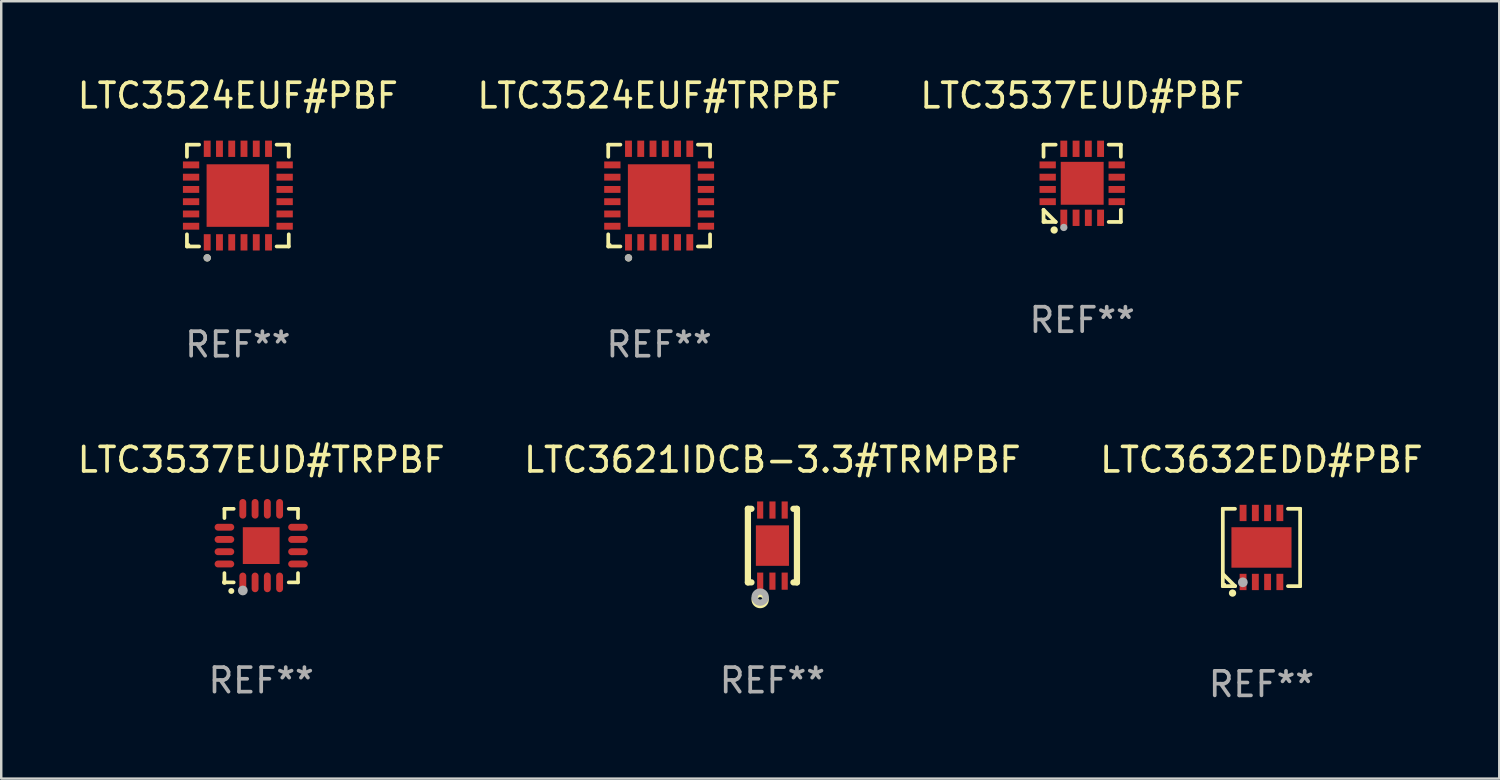
<source format=kicad_pcb>
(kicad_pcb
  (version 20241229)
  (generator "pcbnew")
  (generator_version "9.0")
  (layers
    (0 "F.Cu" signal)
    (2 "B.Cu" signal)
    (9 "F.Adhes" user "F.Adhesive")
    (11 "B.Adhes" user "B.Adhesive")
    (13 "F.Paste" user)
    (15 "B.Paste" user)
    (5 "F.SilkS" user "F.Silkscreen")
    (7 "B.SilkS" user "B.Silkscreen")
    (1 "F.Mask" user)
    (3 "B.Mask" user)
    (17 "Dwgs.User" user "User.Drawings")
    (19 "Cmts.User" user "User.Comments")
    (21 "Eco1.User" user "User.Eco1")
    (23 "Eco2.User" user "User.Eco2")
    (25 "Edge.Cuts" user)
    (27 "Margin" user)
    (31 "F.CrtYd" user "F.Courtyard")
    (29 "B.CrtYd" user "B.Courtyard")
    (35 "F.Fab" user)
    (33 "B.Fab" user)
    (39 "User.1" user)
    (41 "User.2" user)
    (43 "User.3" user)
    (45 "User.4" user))
  (footprint "LTC3632EDD#PBF"
    (layer "F.Cu")
    (at 48.387 19.273)
    (property "Reference" "LTC3632EDD#PBF" (at 0 -3.576 0) (layer "F.SilkS") (effects (font (size 1 1) (thickness 0.15))))
    (attr through_hole)
    (fp_line (start -1.576 -1.576) (end -1.576 -1.576) (stroke (width 0.152) (type solid)) (layer "F.SilkS"))
    (fp_line (start -1.576 -1.576) (end -1.08 -1.576) (stroke (width 0.152) (type solid)) (layer "F.SilkS"))
    (fp_line (start -1.576 1.576) (end -1.576 -1.576) (stroke (width 0.152) (type solid)) (layer "F.SilkS"))
    (fp_line (start -1.576 1.576) (end -1.576 1.576) (stroke (width 0.152) (type solid)) (layer "F.SilkS"))
    (fp_line (start -1.08 1.575) (end -1.576 1.079) (stroke (width 0.152) (type solid)) (layer "F.SilkS"))
    (fp_line (start -1.08 1.576) (end -1.576 1.576) (stroke (width 0.152) (type solid)) (layer "F.SilkS"))
    (fp_line (start -1.08 1.576) (end -1.08 1.575) (stroke (width 0.152) (type solid)) (layer "F.SilkS"))
    (fp_line (start 1.08 1.576) (end 1.576 1.576) (stroke (width 0.152) (type solid)) (layer "F.SilkS"))
    (fp_line (start 1.576 -1.576) (end 1.08 -1.576) (stroke (width 0.152) (type solid)) (layer "F.SilkS"))
    (fp_line (start 1.576 -1.576) (end 1.576 -1.576) (stroke (width 0.152) (type solid)) (layer "F.SilkS"))
    (fp_line (start 1.576 1.576) (end 1.576 -1.576) (stroke (width 0.152) (type solid)) (layer "F.SilkS"))
    (fp_line (start 1.576 1.576) (end 1.576 1.576) (stroke (width 0.152) (type solid)) (layer "F.SilkS"))
    (fp_circle (center -1.5 1.5) (end -1.47 1.5) (stroke (width 0.06) (type solid)) (fill no) (layer "F.SilkS"))
    (fp_circle (center -1.18 1.86) (end -1.105 1.86) (stroke (width 0.15) (type solid)) (fill no) (layer "F.SilkS"))
    (fp_circle (center -0.76 1.42) (end -0.66 1.42) (stroke (width 0.2) (type solid)) (fill no) (layer "F.Fab"))
    (fp_text user "REF**" (at 0 5.576 0) (layer "F.Fab") (effects (font (size 1 1) (thickness 0.15))))
    (pad "1" smd rect (at -0.75 1.407) (size 0.28 0.665) (layers "F.Cu" "F.Mask" "F.Paste"))
    (pad "2" smd rect (at -0.25 1.407) (size 0.28 0.665) (layers "F.Cu" "F.Mask" "F.Paste"))
    (pad "3" smd rect (at 0.25 1.407) (size 0.28 0.665) (layers "F.Cu" "F.Mask" "F.Paste"))
    (pad "4" smd rect (at 0.75 1.407) (size 0.28 0.665) (layers "F.Cu" "F.Mask" "F.Paste"))
    (pad "5" smd rect (at 0.75 -1.407) (size 0.28 0.665) (layers "F.Cu" "F.Mask" "F.Paste"))
    (pad "6" smd rect (at 0.25 -1.407) (size 0.28 0.665) (layers "F.Cu" "F.Mask" "F.Paste"))
    (pad "7" smd rect (at -0.25 -1.407) (size 0.28 0.665) (layers "F.Cu" "F.Mask" "F.Paste"))
    (pad "8" smd rect (at -0.75 -1.407) (size 0.28 0.665) (layers "F.Cu" "F.Mask" "F.Paste"))
    (pad "9" smd rect (at 0 0) (size 2.45 1.65) (layers "F.Cu" "F.Mask" "F.Paste")))
  (footprint "LTC3524EUF#PBF"
    (layer "F.Cu")
    (at 6.649 4.924)
    (property "Reference" "LTC3524EUF#PBF" (at 0 -4.076 0) (layer "F.SilkS") (effects (font (size 1 1) (thickness 0.15))))
    (attr through_hole)
    (fp_line (start -2.076 -2.076) (end -1.58 -2.076) (stroke (width 0.152) (type solid)) (layer "F.SilkS"))
    (fp_line (start -2.076 -1.58) (end -2.076 -2.076) (stroke (width 0.152) (type solid)) (layer "F.SilkS"))
    (fp_line (start -2.076 1.58) (end -2.076 2.076) (stroke (width 0.152) (type solid)) (layer "F.SilkS"))
    (fp_line (start -2.076 2.076) (end -1.58 2.076) (stroke (width 0.152) (type solid)) (layer "F.SilkS"))
    (fp_line (start 2.076 -2.076) (end 1.58 -2.076) (stroke (width 0.152) (type solid)) (layer "F.SilkS"))
    (fp_line (start 2.076 -1.58) (end 2.076 -2.076) (stroke (width 0.152) (type solid)) (layer "F.SilkS"))
    (fp_line (start 2.076 1.58) (end 2.076 2.076) (stroke (width 0.152) (type solid)) (layer "F.SilkS"))
    (fp_line (start 2.076 2.076) (end 1.58 2.076) (stroke (width 0.152) (type solid)) (layer "F.SilkS"))
    (fp_circle (center -2 2) (end -1.97 2) (stroke (width 0.06) (type solid)) (fill no) (layer "F.SilkS"))
    (fp_circle (center -1.25 2.54) (end -1.175 2.54) (stroke (width 0.15) (type solid)) (fill no) (layer "F.SilkS"))
    (fp_circle (center -1.25 2.54) (end -1.175 2.54) (stroke (width 0.15) (type solid)) (fill no) (layer "F.Fab"))
    (fp_text user "REF**" (at 0 6.076 0) (layer "F.Fab") (effects (font (size 1 1) (thickness 0.15))))
    (pad "1" smd rect (at -1.25 1.908) (size 0.28 0.665) (layers "F.Cu" "F.Mask" "F.Paste"))
    (pad "2" smd rect (at -0.75 1.908) (size 0.28 0.665) (layers "F.Cu" "F.Mask" "F.Paste"))
    (pad "3" smd rect (at -0.25 1.908) (size 0.28 0.665) (layers "F.Cu" "F.Mask" "F.Paste"))
    (pad "4" smd rect (at 0.25 1.908) (size 0.28 0.665) (layers "F.Cu" "F.Mask" "F.Paste"))
    (pad "5" smd rect (at 0.75 1.908) (size 0.28 0.665) (layers "F.Cu" "F.Mask" "F.Paste"))
    (pad "6" smd rect (at 1.25 1.908) (size 0.28 0.665) (layers "F.Cu" "F.Mask" "F.Paste"))
    (pad "7" smd rect (at 1.908 1.25) (size 0.665 0.28) (layers "F.Cu" "F.Mask" "F.Paste"))
    (pad "8" smd rect (at 1.908 0.75) (size 0.665 0.28) (layers "F.Cu" "F.Mask" "F.Paste"))
    (pad "9" smd rect (at 1.908 0.25) (size 0.665 0.28) (layers "F.Cu" "F.Mask" "F.Paste"))
    (pad "10" smd rect (at 1.908 -0.25) (size 0.665 0.28) (layers "F.Cu" "F.Mask" "F.Paste"))
    (pad "11" smd rect (at 1.908 -0.75) (size 0.665 0.28) (layers "F.Cu" "F.Mask" "F.Paste"))
    (pad "12" smd rect (at 1.908 -1.25) (size 0.665 0.28) (layers "F.Cu" "F.Mask" "F.Paste"))
    (pad "13" smd rect (at 1.25 -1.908) (size 0.28 0.665) (layers "F.Cu" "F.Mask" "F.Paste"))
    (pad "14" smd rect (at 0.75 -1.908) (size 0.28 0.665) (layers "F.Cu" "F.Mask" "F.Paste"))
    (pad "15" smd rect (at 0.25 -1.908) (size 0.28 0.665) (layers "F.Cu" "F.Mask" "F.Paste"))
    (pad "16" smd rect (at -0.25 -1.908) (size 0.28 0.665) (layers "F.Cu" "F.Mask" "F.Paste"))
    (pad "17" smd rect (at -0.75 -1.908) (size 0.28 0.665) (layers "F.Cu" "F.Mask" "F.Paste"))
    (pad "18" smd rect (at -1.25 -1.908) (size 0.28 0.665) (layers "F.Cu" "F.Mask" "F.Paste"))
    (pad "19" smd rect (at -1.908 -1.25) (size 0.665 0.28) (layers "F.Cu" "F.Mask" "F.Paste"))
    (pad "20" smd rect (at -1.908 -0.75) (size 0.665 0.28) (layers "F.Cu" "F.Mask" "F.Paste"))
    (pad "21" smd rect (at -1.908 -0.25) (size 0.665 0.28) (layers "F.Cu" "F.Mask" "F.Paste"))
    (pad "22" smd rect (at -1.908 0.25) (size 0.665 0.28) (layers "F.Cu" "F.Mask" "F.Paste"))
    (pad "23" smd rect (at -1.908 0.75) (size 0.665 0.28) (layers "F.Cu" "F.Mask" "F.Paste"))
    (pad "24" smd rect (at -1.908 1.25) (size 0.665 0.28) (layers "F.Cu" "F.Mask" "F.Paste"))
    (pad "25" smd rect (at 0 0) (size 2.55 2.55) (layers "F.Cu" "F.Mask" "F.Paste")))
  (footprint "LTC3621IDCB-3.3#TRMPBF"
    (layer "F.Cu")
    (at 28.446 19.197)
    (property "Reference" "LTC3621IDCB-3.3#TRMPBF" (at 0 -3.5 0) (layer "F.SilkS") (effects (font (size 1 1) (thickness 0.15))))
    (attr through_hole)
    (fp_line (start -1 1.5) (end -1 -1.5) (stroke (width 0.254) (type solid)) (layer "F.SilkS"))
    (fp_line (start -0.856 -1.5) (end -1 -1.5) (stroke (width 0.254) (type solid)) (layer "F.SilkS"))
    (fp_line (start -0.855 1.5) (end -1 1.5) (stroke (width 0.254) (type solid)) (layer "F.SilkS"))
    (fp_line (start 1 -1.5) (end 0.856 -1.5) (stroke (width 0.254) (type solid)) (layer "F.SilkS"))
    (fp_line (start 1 1.5) (end 0.856 1.5) (stroke (width 0.254) (type solid)) (layer "F.SilkS"))
    (fp_line (start 1 1.5) (end 1 -1.5) (stroke (width 0.254) (type solid)) (layer "F.SilkS"))
    (fp_circle (center -1 1.5) (end -0.97 1.5) (stroke (width 0.06) (type solid)) (fill no) (layer "F.SilkS"))
    (fp_circle (center -0.5 2.2) (end -0.4 2.2) (stroke (width 0.254) (type solid)) (fill no) (layer "F.SilkS"))
    (fp_circle (center -0.5 2.1) (end -0.4 2.1) (stroke (width 0.254) (type solid)) (fill no) (layer "F.Fab"))
    (fp_text user "REF**" (at 0 5.5 0) (layer "F.Fab") (effects (font (size 1 1) (thickness 0.15))))
    (pad "1" smd rect (at -0.499 1.45 180) (size 0.25 0.7) (layers "F.Cu" "F.Mask" "F.Paste"))
    (pad "2" smd rect (at 0.000025 1.45 180) (size 0.25 0.7) (layers "F.Cu" "F.Mask" "F.Paste"))
    (pad "3" smd rect (at 0.5 1.45 180) (size 0.25 0.7) (layers "F.Cu" "F.Mask" "F.Paste"))
    (pad "4" smd rect (at 0.5 -1.45 180) (size 0.25 0.7) (layers "F.Cu" "F.Mask" "F.Paste"))
    (pad "5" smd rect (at 0.002 -1.45 180) (size 0.25 0.7) (layers "F.Cu" "F.Mask" "F.Paste"))
    (pad "6" smd rect (at -0.5 -1.45 180) (size 0.25 0.7) (layers "F.Cu" "F.Mask" "F.Paste"))
    (pad "7" smd rect (at 0.000025 0.000038 180) (size 1.35 1.65) (layers "F.Cu" "F.Mask" "F.Paste")))
  (footprint "LTC3524EUF#TRPBF"
    (layer "F.Cu")
    (at 23.827 4.924)
    (property "Reference" "LTC3524EUF#TRPBF" (at 0 -4.076 0) (layer "F.SilkS") (effects (font (size 1 1) (thickness 0.15))))
    (attr through_hole)
    (fp_line (start -2.076 -2.076) (end -1.58 -2.076) (stroke (width 0.152) (type solid)) (layer "F.SilkS"))
    (fp_line (start -2.076 -1.58) (end -2.076 -2.076) (stroke (width 0.152) (type solid)) (layer "F.SilkS"))
    (fp_line (start -2.076 1.58) (end -2.076 2.076) (stroke (width 0.152) (type solid)) (layer "F.SilkS"))
    (fp_line (start -2.076 2.076) (end -1.58 2.076) (stroke (width 0.152) (type solid)) (layer "F.SilkS"))
    (fp_line (start 2.076 -2.076) (end 1.58 -2.076) (stroke (width 0.152) (type solid)) (layer "F.SilkS"))
    (fp_line (start 2.076 -1.58) (end 2.076 -2.076) (stroke (width 0.152) (type solid)) (layer "F.SilkS"))
    (fp_line (start 2.076 1.58) (end 2.076 2.076) (stroke (width 0.152) (type solid)) (layer "F.SilkS"))
    (fp_line (start 2.076 2.076) (end 1.58 2.076) (stroke (width 0.152) (type solid)) (layer "F.SilkS"))
    (fp_circle (center -2 2) (end -1.97 2) (stroke (width 0.06) (type solid)) (fill no) (layer "F.SilkS"))
    (fp_circle (center -1.25 2.54) (end -1.175 2.54) (stroke (width 0.15) (type solid)) (fill no) (layer "F.SilkS"))
    (fp_circle (center -1.25 2.54) (end -1.175 2.54) (stroke (width 0.15) (type solid)) (fill no) (layer "F.Fab"))
    (fp_text user "REF**" (at 0 6.076 0) (layer "F.Fab") (effects (font (size 1 1) (thickness 0.15))))
    (pad "1" smd rect (at -1.25 1.908) (size 0.28 0.665) (layers "F.Cu" "F.Mask" "F.Paste"))
    (pad "2" smd rect (at -0.75 1.908) (size 0.28 0.665) (layers "F.Cu" "F.Mask" "F.Paste"))
    (pad "3" smd rect (at -0.25 1.908) (size 0.28 0.665) (layers "F.Cu" "F.Mask" "F.Paste"))
    (pad "4" smd rect (at 0.25 1.908) (size 0.28 0.665) (layers "F.Cu" "F.Mask" "F.Paste"))
    (pad "5" smd rect (at 0.75 1.908) (size 0.28 0.665) (layers "F.Cu" "F.Mask" "F.Paste"))
    (pad "6" smd rect (at 1.25 1.908) (size 0.28 0.665) (layers "F.Cu" "F.Mask" "F.Paste"))
    (pad "7" smd rect (at 1.908 1.25) (size 0.665 0.28) (layers "F.Cu" "F.Mask" "F.Paste"))
    (pad "8" smd rect (at 1.908 0.75) (size 0.665 0.28) (layers "F.Cu" "F.Mask" "F.Paste"))
    (pad "9" smd rect (at 1.908 0.25) (size 0.665 0.28) (layers "F.Cu" "F.Mask" "F.Paste"))
    (pad "10" smd rect (at 1.908 -0.25) (size 0.665 0.28) (layers "F.Cu" "F.Mask" "F.Paste"))
    (pad "11" smd rect (at 1.908 -0.75) (size 0.665 0.28) (layers "F.Cu" "F.Mask" "F.Paste"))
    (pad "12" smd rect (at 1.908 -1.25) (size 0.665 0.28) (layers "F.Cu" "F.Mask" "F.Paste"))
    (pad "13" smd rect (at 1.25 -1.908) (size 0.28 0.665) (layers "F.Cu" "F.Mask" "F.Paste"))
    (pad "14" smd rect (at 0.75 -1.908) (size 0.28 0.665) (layers "F.Cu" "F.Mask" "F.Paste"))
    (pad "15" smd rect (at 0.25 -1.908) (size 0.28 0.665) (layers "F.Cu" "F.Mask" "F.Paste"))
    (pad "16" smd rect (at -0.25 -1.908) (size 0.28 0.665) (layers "F.Cu" "F.Mask" "F.Paste"))
    (pad "17" smd rect (at -0.75 -1.908) (size 0.28 0.665) (layers "F.Cu" "F.Mask" "F.Paste"))
    (pad "18" smd rect (at -1.25 -1.908) (size 0.28 0.665) (layers "F.Cu" "F.Mask" "F.Paste"))
    (pad "19" smd rect (at -1.908 -1.25) (size 0.665 0.28) (layers "F.Cu" "F.Mask" "F.Paste"))
    (pad "20" smd rect (at -1.908 -0.75) (size 0.665 0.28) (layers "F.Cu" "F.Mask" "F.Paste"))
    (pad "21" smd rect (at -1.908 -0.25) (size 0.665 0.28) (layers "F.Cu" "F.Mask" "F.Paste"))
    (pad "22" smd rect (at -1.908 0.25) (size 0.665 0.28) (layers "F.Cu" "F.Mask" "F.Paste"))
    (pad "23" smd rect (at -1.908 0.75) (size 0.665 0.28) (layers "F.Cu" "F.Mask" "F.Paste"))
    (pad "24" smd rect (at -1.908 1.25) (size 0.665 0.28) (layers "F.Cu" "F.Mask" "F.Paste"))
    (pad "25" smd rect (at 0 0) (size 2.55 2.55) (layers "F.Cu" "F.Mask" "F.Paste")))
  (footprint "LTC3537EUD#TRPBF"
    (layer "F.Cu")
    (at 7.601 19.197)
    (property "Reference" "LTC3537EUD#TRPBF" (at 0 -3.5 0) (layer "F.SilkS") (effects (font (size 1 1) (thickness 0.15))))
    (attr through_hole)
    (fp_line (start -1.5 -1.5) (end -1.121 -1.5) (stroke (width 0.15) (type solid)) (layer "F.SilkS"))
    (fp_line (start -1.5 -1.122) (end -1.5 -1.5) (stroke (width 0.15) (type solid)) (layer "F.SilkS"))
    (fp_line (start -1.5 1.5) (end -1.5 1.121) (stroke (width 0.15) (type solid)) (layer "F.SilkS"))
    (fp_line (start -1.121 1.5) (end -1.5 1.5) (stroke (width 0.15) (type solid)) (layer "F.SilkS"))
    (fp_line (start 1.121 -1.5) (end 1.5 -1.5) (stroke (width 0.15) (type solid)) (layer "F.SilkS"))
    (fp_line (start 1.5 -1.5) (end 1.5 -1.122) (stroke (width 0.15) (type solid)) (layer "F.SilkS"))
    (fp_line (start 1.5 1.121) (end 1.5 1.5) (stroke (width 0.15) (type solid)) (layer "F.SilkS"))
    (fp_line (start 1.5 1.5) (end 1.121 1.5) (stroke (width 0.15) (type solid)) (layer "F.SilkS"))
    (fp_arc (start -1.219926 1.850254) (mid -1.21891 1.85025) (end -1.217894 1.850254) (stroke (width 0.240005) (type solid)) (layer "F.SilkS"))
    (fp_circle (center -1.5 1.5) (end -1.45 1.5) (stroke (width 0.1) (type solid)) (fill no) (layer "F.SilkS"))
    (fp_circle (center -0.75 1.83) (end -0.65 1.83) (stroke (width 0.2) (type solid)) (fill no) (layer "F.Fab"))
    (fp_text user "REF**" (at 0 5.5 0) (layer "F.Fab") (effects (font (size 1 1) (thickness 0.15))))
    (pad "1" smd oval (at -0.75 1.5) (size 0.28 0.8) (layers "F.Cu" "F.Mask" "F.Paste"))
    (pad "2" smd oval (at -0.25 1.5) (size 0.28 0.8) (layers "F.Cu" "F.Mask" "F.Paste"))
    (pad "3" smd oval (at 0.25 1.5) (size 0.28 0.8) (layers "F.Cu" "F.Mask" "F.Paste"))
    (pad "4" smd oval (at 0.75 1.5) (size 0.28 0.8) (layers "F.Cu" "F.Mask" "F.Paste"))
    (pad "5" smd oval (at 1.5 0.75) (size 0.8 0.28) (layers "F.Cu" "F.Mask" "F.Paste"))
    (pad "6" smd oval (at 1.5 0.25) (size 0.8 0.28) (layers "F.Cu" "F.Mask" "F.Paste"))
    (pad "7" smd oval (at 1.5 -0.25) (size 0.8 0.28) (layers "F.Cu" "F.Mask" "F.Paste"))
    (pad "8" smd oval (at 1.5 -0.75) (size 0.8 0.28) (layers "F.Cu" "F.Mask" "F.Paste"))
    (pad "9" smd oval (at 0.75 -1.5) (size 0.28 0.8) (layers "F.Cu" "F.Mask" "F.Paste"))
    (pad "10" smd oval (at 0.25 -1.5) (size 0.28 0.8) (layers "F.Cu" "F.Mask" "F.Paste"))
    (pad "11" smd oval (at -0.25 -1.5) (size 0.28 0.8) (layers "F.Cu" "F.Mask" "F.Paste"))
    (pad "12" smd oval (at -0.75 -1.5) (size 0.28 0.8) (layers "F.Cu" "F.Mask" "F.Paste"))
    (pad "13" smd oval (at -1.5 -0.75) (size 0.8 0.28) (layers "F.Cu" "F.Mask" "F.Paste"))
    (pad "14" smd oval (at -1.5 -0.25) (size 0.8 0.28) (layers "F.Cu" "F.Mask" "F.Paste"))
    (pad "15" smd oval (at -1.5 0.25) (size 0.8 0.28) (layers "F.Cu" "F.Mask" "F.Paste"))
    (pad "16" smd oval (at -1.5 0.75) (size 0.8 0.28) (layers "F.Cu" "F.Mask" "F.Paste"))
    (pad "17" smd rect (at -0.000064 0.000165) (size 1.5 1.5) (layers "F.Cu" "F.Mask" "F.Paste")))
  (footprint "LTC3537EUD#PBF"
    (layer "F.Cu")
    (at 41.077 4.424)
    (property "Reference" "LTC3537EUD#PBF" (at 0 -3.576 0) (layer "F.SilkS") (effects (font (size 1 1) (thickness 0.15))))
    (attr through_hole)
    (fp_line (start -1.576 -1.576) (end -1.08 -1.576) (stroke (width 0.152) (type solid)) (layer "F.SilkS"))
    (fp_line (start -1.576 -1.08) (end -1.576 -1.576) (stroke (width 0.152) (type solid)) (layer "F.SilkS"))
    (fp_line (start -1.576 1.08) (end -1.576 1.576) (stroke (width 0.152) (type solid)) (layer "F.SilkS"))
    (fp_line (start -1.576 1.576) (end -1.08 1.576) (stroke (width 0.152) (type solid)) (layer "F.SilkS"))
    (fp_line (start -1.08 1.576) (end -1.576 1.08) (stroke (width 0.152) (type solid)) (layer "F.SilkS"))
    (fp_line (start 1.576 -1.576) (end 1.08 -1.576) (stroke (width 0.152) (type solid)) (layer "F.SilkS"))
    (fp_line (start 1.576 -1.08) (end 1.576 -1.576) (stroke (width 0.152) (type solid)) (layer "F.SilkS"))
    (fp_line (start 1.576 1.08) (end 1.576 1.576) (stroke (width 0.152) (type solid)) (layer "F.SilkS"))
    (fp_line (start 1.576 1.576) (end 1.08 1.576) (stroke (width 0.152) (type solid)) (layer "F.SilkS"))
    (fp_circle (center -1.5 1.5) (end -1.47 1.5) (stroke (width 0.06) (type solid)) (fill no) (layer "F.SilkS"))
    (fp_circle (center -1.143 1.905) (end -1.068 1.905) (stroke (width 0.15) (type solid)) (fill no) (layer "F.SilkS"))
    (fp_circle (center -0.75 1.8) (end -0.675 1.8) (stroke (width 0.15) (type solid)) (fill no) (layer "F.Fab"))
    (fp_text user "REF**" (at 0 5.576 0) (layer "F.Fab") (effects (font (size 1 1) (thickness 0.15))))
    (pad "1" smd rect (at -0.75 1.407) (size 0.28 0.665) (layers "F.Cu" "F.Mask" "F.Paste"))
    (pad "2" smd rect (at -0.25 1.407) (size 0.28 0.665) (layers "F.Cu" "F.Mask" "F.Paste"))
    (pad "3" smd rect (at 0.25 1.407) (size 0.28 0.665) (layers "F.Cu" "F.Mask" "F.Paste"))
    (pad "4" smd rect (at 0.75 1.407) (size 0.28 0.665) (layers "F.Cu" "F.Mask" "F.Paste"))
    (pad "5" smd rect (at 1.407 0.75) (size 0.665 0.28) (layers "F.Cu" "F.Mask" "F.Paste"))
    (pad "6" smd rect (at 1.407 0.25) (size 0.665 0.28) (layers "F.Cu" "F.Mask" "F.Paste"))
    (pad "7" smd rect (at 1.407 -0.25) (size 0.665 0.28) (layers "F.Cu" "F.Mask" "F.Paste"))
    (pad "8" smd rect (at 1.407 -0.75) (size 0.665 0.28) (layers "F.Cu" "F.Mask" "F.Paste"))
    (pad "9" smd rect (at 0.75 -1.407) (size 0.28 0.665) (layers "F.Cu" "F.Mask" "F.Paste"))
    (pad "10" smd rect (at 0.25 -1.407) (size 0.28 0.665) (layers "F.Cu" "F.Mask" "F.Paste"))
    (pad "11" smd rect (at -0.25 -1.407) (size 0.28 0.665) (layers "F.Cu" "F.Mask" "F.Paste"))
    (pad "12" smd rect (at -0.75 -1.407) (size 0.28 0.665) (layers "F.Cu" "F.Mask" "F.Paste"))
    (pad "13" smd rect (at -1.407 -0.75) (size 0.665 0.28) (layers "F.Cu" "F.Mask" "F.Paste"))
    (pad "14" smd rect (at -1.407 -0.25) (size 0.665 0.28) (layers "F.Cu" "F.Mask" "F.Paste"))
    (pad "15" smd rect (at -1.407 0.25) (size 0.665 0.28) (layers "F.Cu" "F.Mask" "F.Paste"))
    (pad "16" smd rect (at -1.407 0.75) (size 0.665 0.28) (layers "F.Cu" "F.Mask" "F.Paste"))
    (pad "17" smd rect (at 0 0) (size 1.75 1.75) (layers "F.Cu" "F.Mask" "F.Paste")))
  (gr_rect
    (start -3 -3)
    (end 58.083 28.698)
    (stroke (width 0.1) (type default))
    (fill no)
    (layer "Edge.Cuts")))
</source>
